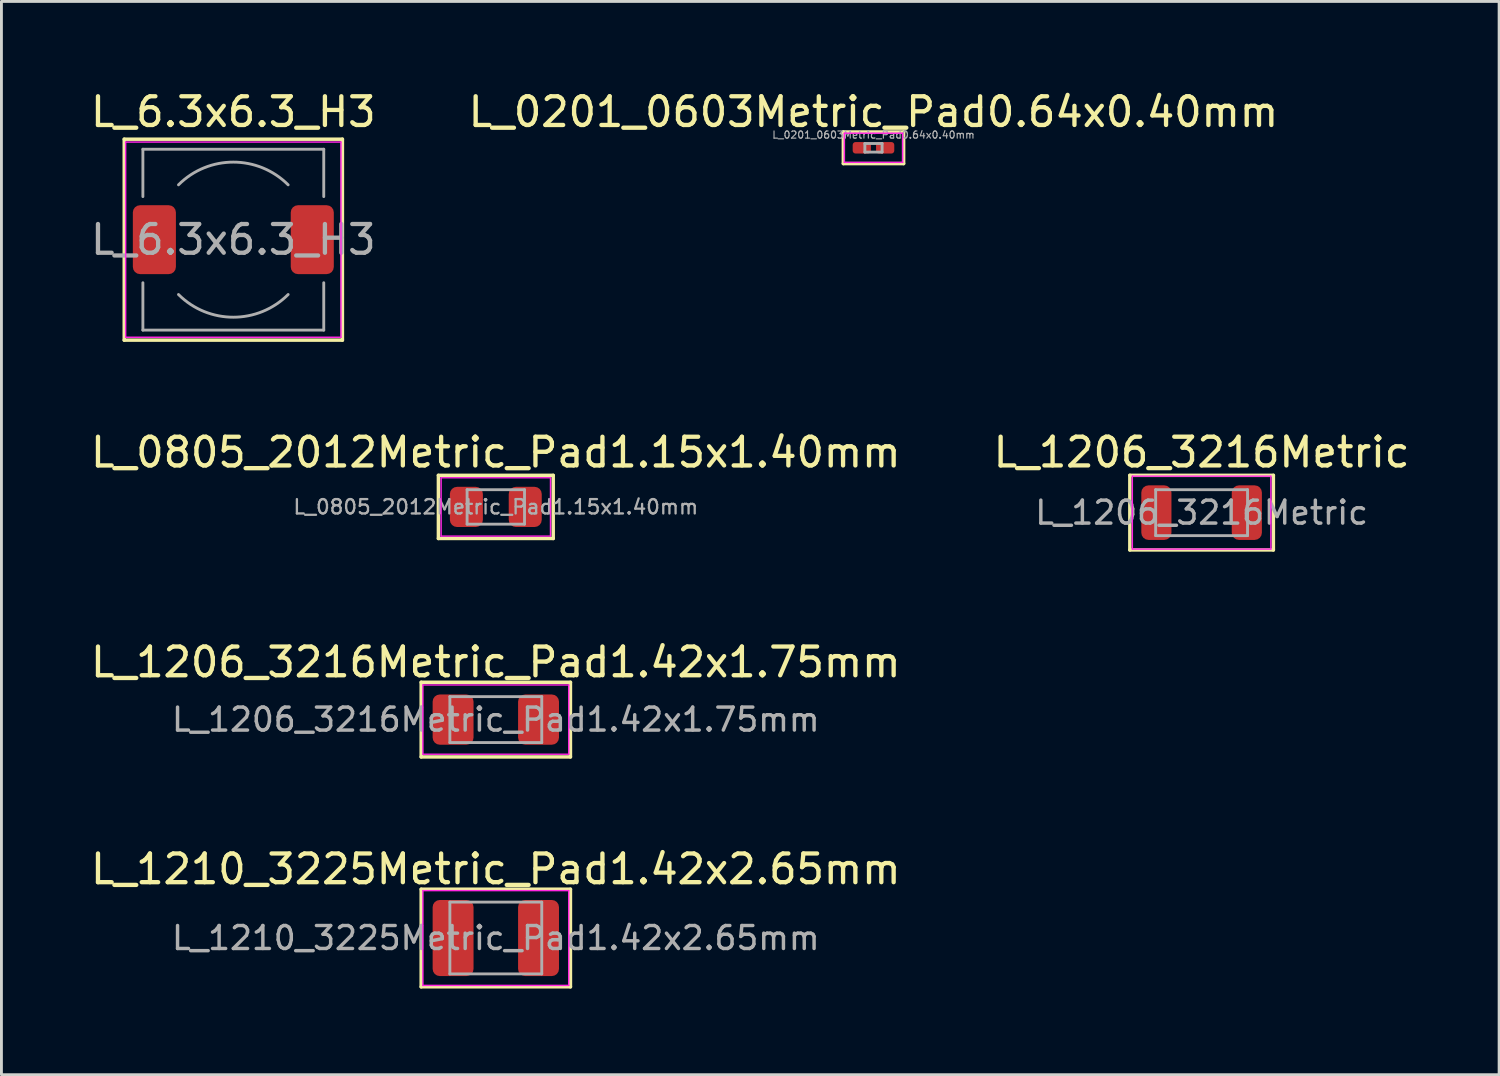
<source format=kicad_pcb>
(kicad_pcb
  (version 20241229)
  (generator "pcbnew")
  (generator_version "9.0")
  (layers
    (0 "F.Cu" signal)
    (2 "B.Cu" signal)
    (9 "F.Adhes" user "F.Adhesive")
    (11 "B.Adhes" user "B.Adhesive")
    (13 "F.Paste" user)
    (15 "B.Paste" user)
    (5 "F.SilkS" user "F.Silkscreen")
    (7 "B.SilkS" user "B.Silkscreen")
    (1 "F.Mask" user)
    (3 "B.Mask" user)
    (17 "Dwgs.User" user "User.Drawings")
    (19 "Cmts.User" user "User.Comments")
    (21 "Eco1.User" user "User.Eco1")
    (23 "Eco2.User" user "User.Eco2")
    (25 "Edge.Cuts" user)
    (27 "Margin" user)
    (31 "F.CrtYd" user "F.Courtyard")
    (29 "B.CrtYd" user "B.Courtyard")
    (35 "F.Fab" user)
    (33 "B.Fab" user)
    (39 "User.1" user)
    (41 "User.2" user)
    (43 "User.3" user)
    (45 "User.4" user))
  (footprint "L_1210_3225Metric_Pad1.42x2.65mm"
    (layer "F.Cu")
    (at 14.22 29.623)
    (property "Reference" "L_1210_3225Metric_Pad1.42x2.65mm" (at 0 -2.4 0) (layer "F.SilkS") (effects (font (size 1 1) (thickness 0.15))))
    (attr smd)
    (fp_line (start -2.6 -1.7) (end -2.6 1.7) (stroke (width 0.12) (type solid)) (layer "F.SilkS"))
    (fp_line (start -2.6 1.7) (end 2.6 1.7) (stroke (width 0.12) (type solid)) (layer "F.SilkS"))
    (fp_line (start 2.6 -1.7) (end -2.6 -1.7) (stroke (width 0.12) (type solid)) (layer "F.SilkS"))
    (fp_line (start 2.6 1.7) (end 2.6 -1.7) (stroke (width 0.12) (type solid)) (layer "F.SilkS"))
    (fp_line (start -2.54 -1.651) (end 2.54 -1.651) (stroke (width 0.05) (type solid)) (layer "F.CrtYd"))
    (fp_line (start -2.54 1.651) (end -2.54 -1.651) (stroke (width 0.05) (type solid)) (layer "F.CrtYd"))
    (fp_line (start 2.54 -1.651) (end 2.54 1.651) (stroke (width 0.05) (type solid)) (layer "F.CrtYd"))
    (fp_line (start 2.54 1.651) (end -2.54 1.651) (stroke (width 0.05) (type solid)) (layer "F.CrtYd"))
    (fp_line (start -1.6 -1.25) (end 1.6 -1.25) (stroke (width 0.1) (type solid)) (layer "F.Fab"))
    (fp_line (start -1.6 1.25) (end -1.6 -1.25) (stroke (width 0.1) (type solid)) (layer "F.Fab"))
    (fp_line (start 1.6 -1.25) (end 1.6 1.25) (stroke (width 0.1) (type solid)) (layer "F.Fab"))
    (fp_line (start 1.6 1.25) (end -1.6 1.25) (stroke (width 0.1) (type solid)) (layer "F.Fab"))
    (fp_text user "${REFERENCE}" (at 0 0 0) (layer "F.Fab") (effects (font (size 0.8 0.8) (thickness 0.12))))
    (pad "1" smd roundrect (at -1.488 0) (size 1.425 2.65) (layers "F.Cu" "F.Mask" "F.Paste") (roundrect_rratio 0.175))
    (pad "2" smd roundrect (at 1.488 0) (size 1.425 2.65) (layers "F.Cu" "F.Mask" "F.Paste") (roundrect_rratio 0.175)))
  (footprint "L_1206_3216Metric_Pad1.42x1.75mm"
    (layer "F.Cu")
    (at 14.22 22.015)
    (property "Reference" "L_1206_3216Metric_Pad1.42x1.75mm" (at 0 -2 0) (layer "F.SilkS") (effects (font (size 1 1) (thickness 0.15))))
    (attr smd)
    (fp_line (start -2.6 -1.3) (end -2.6 1.3) (stroke (width 0.12) (type solid)) (layer "F.SilkS"))
    (fp_line (start -2.6 1.3) (end 2.6 1.3) (stroke (width 0.12) (type solid)) (layer "F.SilkS"))
    (fp_line (start 2.6 -1.3) (end -2.6 -1.3) (stroke (width 0.12) (type solid)) (layer "F.SilkS"))
    (fp_line (start 2.6 1.3) (end 2.6 -1.3) (stroke (width 0.12) (type solid)) (layer "F.SilkS"))
    (fp_line (start -2.54 -1.206) (end 2.54 -1.206) (stroke (width 0.05) (type solid)) (layer "F.CrtYd"))
    (fp_line (start -2.54 1.206) (end -2.54 -1.206) (stroke (width 0.05) (type solid)) (layer "F.CrtYd"))
    (fp_line (start 2.54 -1.206) (end 2.54 1.206) (stroke (width 0.05) (type solid)) (layer "F.CrtYd"))
    (fp_line (start 2.54 1.206) (end -2.54 1.206) (stroke (width 0.05) (type solid)) (layer "F.CrtYd"))
    (fp_line (start -1.6 -0.8) (end 1.6 -0.8) (stroke (width 0.1) (type solid)) (layer "F.Fab"))
    (fp_line (start -1.6 0.8) (end -1.6 -0.8) (stroke (width 0.1) (type solid)) (layer "F.Fab"))
    (fp_line (start 1.6 -0.8) (end 1.6 0.8) (stroke (width 0.1) (type solid)) (layer "F.Fab"))
    (fp_line (start 1.6 0.8) (end -1.6 0.8) (stroke (width 0.1) (type solid)) (layer "F.Fab"))
    (fp_text user "${REFERENCE}" (at 0 0 0) (layer "F.Fab") (effects (font (size 0.8 0.8) (thickness 0.12))))
    (pad "1" smd roundrect (at -1.488 0) (size 1.425 1.75) (layers "F.Cu" "F.Mask" "F.Paste") (roundrect_rratio 0.175))
    (pad "2" smd roundrect (at 1.488 0) (size 1.425 1.75) (layers "F.Cu" "F.Mask" "F.Paste") (roundrect_rratio 0.175)))
  (footprint "L_0805_2012Metric_Pad1.15x1.40mm"
    (layer "F.Cu")
    (at 14.22 14.607)
    (property "Reference" "L_0805_2012Metric_Pad1.15x1.40mm" (at 0 -1.9 0) (layer "F.SilkS") (effects (font (size 1 1) (thickness 0.15))))
    (attr smd)
    (fp_line (start -2 -1.1) (end -2 1.1) (stroke (width 0.12) (type solid)) (layer "F.SilkS"))
    (fp_line (start -2 1.1) (end 2 1.1) (stroke (width 0.12) (type solid)) (layer "F.SilkS"))
    (fp_line (start 2 -1.1) (end -2 -1.1) (stroke (width 0.12) (type solid)) (layer "F.SilkS"))
    (fp_line (start 2 1.1) (end 2 -1.1) (stroke (width 0.12) (type solid)) (layer "F.SilkS"))
    (fp_line (start -1.905 -1.016) (end 1.905 -1.016) (stroke (width 0.05) (type solid)) (layer "F.CrtYd"))
    (fp_line (start -1.905 1.016) (end -1.905 -1.016) (stroke (width 0.05) (type solid)) (layer "F.CrtYd"))
    (fp_line (start 1.905 -1.016) (end 1.905 1.016) (stroke (width 0.05) (type solid)) (layer "F.CrtYd"))
    (fp_line (start 1.905 1.016) (end -1.905 1.016) (stroke (width 0.05) (type solid)) (layer "F.CrtYd"))
    (fp_line (start -1 -0.6) (end 1 -0.6) (stroke (width 0.1) (type solid)) (layer "F.Fab"))
    (fp_line (start -1 0.6) (end -1 -0.6) (stroke (width 0.1) (type solid)) (layer "F.Fab"))
    (fp_line (start 1 -0.6) (end 1 0.6) (stroke (width 0.1) (type solid)) (layer "F.Fab"))
    (fp_line (start 1 0.6) (end -1 0.6) (stroke (width 0.1) (type solid)) (layer "F.Fab"))
    (fp_text user "${REFERENCE}" (at 0 0 0) (layer "F.Fab") (effects (font (size 0.5 0.5) (thickness 0.08))))
    (pad "1" smd roundrect (at -1.025 0) (size 1.15 1.4) (layers "F.Cu" "F.Mask" "F.Paste") (roundrect_rratio 0.217))
    (pad "2" smd roundrect (at 1.025 0) (size 1.15 1.4) (layers "F.Cu" "F.Mask" "F.Paste") (roundrect_rratio 0.217)))
  (footprint "L_1206_3216Metric"
    (layer "F.Cu")
    (at 38.804 14.806)
    (property "Reference" "L_1206_3216Metric" (at 0 -2.1 0) (layer "F.SilkS") (effects (font (size 1 1) (thickness 0.15))))
    (attr smd)
    (fp_line (start -2.5 -1.3) (end -2.5 1.3) (stroke (width 0.12) (type solid)) (layer "F.SilkS"))
    (fp_line (start -2.5 1.3) (end 2.5 1.3) (stroke (width 0.12) (type solid)) (layer "F.SilkS"))
    (fp_line (start 2.5 -1.3) (end -2.5 -1.3) (stroke (width 0.12) (type solid)) (layer "F.SilkS"))
    (fp_line (start 2.5 1.3) (end 2.5 -1.3) (stroke (width 0.12) (type solid)) (layer "F.SilkS"))
    (fp_line (start -2.413 -1.27) (end 2.413 -1.27) (stroke (width 0.05) (type solid)) (layer "F.CrtYd"))
    (fp_line (start -2.413 1.27) (end -2.413 -1.27) (stroke (width 0.05) (type solid)) (layer "F.CrtYd"))
    (fp_line (start 2.413 -1.27) (end 2.413 1.27) (stroke (width 0.05) (type solid)) (layer "F.CrtYd"))
    (fp_line (start 2.413 1.27) (end -2.413 1.27) (stroke (width 0.05) (type solid)) (layer "F.CrtYd"))
    (fp_line (start -1.6 -0.8) (end 1.6 -0.8) (stroke (width 0.1) (type solid)) (layer "F.Fab"))
    (fp_line (start -1.6 0.8) (end -1.6 -0.8) (stroke (width 0.1) (type solid)) (layer "F.Fab"))
    (fp_line (start 1.6 -0.8) (end 1.6 0.8) (stroke (width 0.1) (type solid)) (layer "F.Fab"))
    (fp_line (start 1.6 0.8) (end -1.6 0.8) (stroke (width 0.1) (type solid)) (layer "F.Fab"))
    (fp_text user "${REFERENCE}" (at 0 0 0) (layer "F.Fab") (effects (font (size 0.8 0.8) (thickness 0.12))))
    (pad "1" smd roundrect (at -1.575 0) (size 1.05 1.9) (layers "F.Cu" "F.Mask" "F.Paste") (roundrect_rratio 0.238))
    (pad "2" smd roundrect (at 1.575 0) (size 1.05 1.9) (layers "F.Cu" "F.Mask" "F.Paste") (roundrect_rratio 0.238)))
  (footprint "L_0201_0603Metric_Pad0.64x0.40mm"
    (layer "F.Cu")
    (at 27.375 2.098)
    (property "Reference" "L_0201_0603Metric_Pad0.64x0.40mm" (at 0 -1.25 0) (layer "F.SilkS") (effects (font (size 1 1) (thickness 0.15))))
    (attr smd)
    (fp_line (start -1.05 -0.55) (end -1.05 0.55) (stroke (width 0.12) (type solid)) (layer "F.SilkS"))
    (fp_line (start -1.05 0.55) (end 1.05 0.55) (stroke (width 0.12) (type solid)) (layer "F.SilkS"))
    (fp_line (start 1.05 -0.55) (end -1.05 -0.55) (stroke (width 0.12) (type solid)) (layer "F.SilkS"))
    (fp_line (start 1.05 0.55) (end 1.05 -0.55) (stroke (width 0.12) (type solid)) (layer "F.SilkS"))
    (fp_line (start -1.016 -0.508) (end 1.016 -0.508) (stroke (width 0.05) (type solid)) (layer "F.CrtYd"))
    (fp_line (start -1.016 0.508) (end -1.016 -0.508) (stroke (width 0.05) (type solid)) (layer "F.CrtYd"))
    (fp_line (start 1.016 -0.508) (end 1.016 0.508) (stroke (width 0.05) (type solid)) (layer "F.CrtYd"))
    (fp_line (start 1.016 0.508) (end -1.016 0.508) (stroke (width 0.05) (type solid)) (layer "F.CrtYd"))
    (fp_line (start -0.3 -0.15) (end 0.3 -0.15) (stroke (width 0.1) (type solid)) (layer "F.Fab"))
    (fp_line (start -0.3 0.15) (end -0.3 -0.15) (stroke (width 0.1) (type solid)) (layer "F.Fab"))
    (fp_line (start 0.3 -0.15) (end 0.3 0.15) (stroke (width 0.1) (type solid)) (layer "F.Fab"))
    (fp_line (start 0.3 0.15) (end -0.3 0.15) (stroke (width 0.1) (type solid)) (layer "F.Fab"))
    (fp_text user "${REFERENCE}" (at 0 -0.45 0) (layer "F.Fab") (effects (font (size 0.25 0.25) (thickness 0.04))))
    (pad "" smd roundrect (at -0.432 0) (size 0.458 0.36) (layers "F.Paste") (roundrect_rratio 0.25))
    (pad "" smd roundrect (at 0.432 0) (size 0.458 0.36) (layers "F.Paste") (roundrect_rratio 0.25))
    (pad "1" smd roundrect (at -0.407 0) (size 0.635 0.4) (layers "F.Cu" "F.Mask") (roundrect_rratio 0.25))
    (pad "2" smd roundrect (at 0.407 0) (size 0.635 0.4) (layers "F.Cu" "F.Mask") (roundrect_rratio 0.25)))
  (footprint "L_6.3x6.3_H3"
    (layer "F.Cu")
    (at 5.077 5.298)
    (property "Reference" "L_6.3x6.3_H3" (at 0 -4.45 0) (layer "F.SilkS") (effects (font (size 1 1) (thickness 0.15))))
    (attr smd)
    (fp_line (start -3.8 -3.5) (end -3.8 3.5) (stroke (width 0.12) (type solid)) (layer "F.SilkS"))
    (fp_line (start -3.8 3.5) (end 3.8 3.5) (stroke (width 0.12) (type solid)) (layer "F.SilkS"))
    (fp_line (start 3.8 -3.5) (end -3.8 -3.5) (stroke (width 0.12) (type solid)) (layer "F.SilkS"))
    (fp_line (start 3.8 3.5) (end 3.8 -3.5) (stroke (width 0.12) (type solid)) (layer "F.SilkS"))
    (fp_line (start -3.75 -3.4) (end -3.75 3.4) (stroke (width 0.05) (type solid)) (layer "F.CrtYd"))
    (fp_line (start -3.75 3.4) (end 3.75 3.4) (stroke (width 0.05) (type solid)) (layer "F.CrtYd"))
    (fp_line (start 3.75 -3.4) (end -3.75 -3.4) (stroke (width 0.05) (type solid)) (layer "F.CrtYd"))
    (fp_line (start 3.75 3.4) (end 3.75 -3.4) (stroke (width 0.05) (type solid)) (layer "F.CrtYd"))
    (fp_line (start -3.15 -3.15) (end -3.15 -1.5) (stroke (width 0.1) (type solid)) (layer "F.Fab"))
    (fp_line (start -3.15 -3.15) (end 3.15 -3.15) (stroke (width 0.1) (type solid)) (layer "F.Fab"))
    (fp_line (start -3.15 3.15) (end -3.15 1.5) (stroke (width 0.1) (type solid)) (layer "F.Fab"))
    (fp_line (start -3.15 3.15) (end 3.15 3.15) (stroke (width 0.1) (type solid)) (layer "F.Fab"))
    (fp_line (start 3.15 -3.15) (end 3.15 -1.5) (stroke (width 0.1) (type solid)) (layer "F.Fab"))
    (fp_line (start 3.15 3.15) (end 3.15 1.5) (stroke (width 0.1) (type solid)) (layer "F.Fab"))
    (fp_arc (start -1.91 -1.91) (mid 0 -2.701148) (end 1.91 -1.91) (stroke (width 0.1) (type solid)) (layer "F.Fab"))
    (fp_arc (start 1.91 1.91) (mid 0 2.701148) (end -1.91 1.91) (stroke (width 0.1) (type solid)) (layer "F.Fab"))
    (fp_text user "${REFERENCE}" (at 0 0 0) (layer "F.Fab") (effects (font (size 1 1) (thickness 0.15))))
    (pad "1" smd roundrect (at -2.75 0) (size 1.5 2.4) (layers "F.Cu" "F.Mask" "F.Paste") (roundrect_rratio 0.167))
    (pad "2" smd roundrect (at 2.75 0) (size 1.5 2.4) (layers "F.Cu" "F.Mask" "F.Paste") (roundrect_rratio 0.167)))
  (gr_rect
    (start -3 -3)
    (end 49.167 34.383)
    (stroke (width 0.1) (type default))
    (fill no)
    (layer "Edge.Cuts")))
</source>
